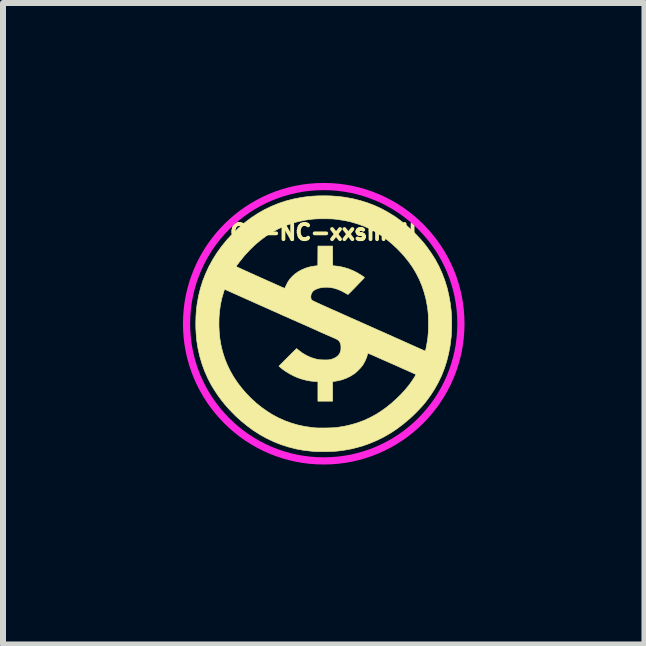
<source format=kicad_pcb>
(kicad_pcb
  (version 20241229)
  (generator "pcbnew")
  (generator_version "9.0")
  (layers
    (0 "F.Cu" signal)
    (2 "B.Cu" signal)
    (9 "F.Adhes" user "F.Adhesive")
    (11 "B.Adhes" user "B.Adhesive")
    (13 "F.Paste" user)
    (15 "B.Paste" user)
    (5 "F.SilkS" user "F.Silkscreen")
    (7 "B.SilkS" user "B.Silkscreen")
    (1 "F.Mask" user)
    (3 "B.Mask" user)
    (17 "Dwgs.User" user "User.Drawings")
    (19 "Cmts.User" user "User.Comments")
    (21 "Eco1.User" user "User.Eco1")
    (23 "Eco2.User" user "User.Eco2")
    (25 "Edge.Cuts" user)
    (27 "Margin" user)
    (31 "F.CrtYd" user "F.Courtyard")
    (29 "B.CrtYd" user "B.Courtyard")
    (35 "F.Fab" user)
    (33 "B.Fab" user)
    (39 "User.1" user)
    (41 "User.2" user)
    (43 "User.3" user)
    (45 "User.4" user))
  (footprint "CC-NC-xxsmall"
    (layer "F.Cu")
    (at 2.347 2.347)
    (property "Reference" "CC-NC-xxsmall" (at -0.00017 -1.524 0) (layer "F.SilkS") (effects (font (size 0.254 0.254) (thickness 0.064))))
    (attr through_hole)
    (fp_poly (pts (xy 0.116 -2.131) (xy 0.219 -2.124) (xy 0.318 -2.113) (xy 0.353 -2.108) (xy 0.485 -2.084) (xy 0.613 -2.052) (xy 0.737 -2.013) (xy 0.858 -1.966) (xy 0.975 -1.911) (xy 1.088 -1.848) (xy 1.198 -1.779) (xy 1.268 -1.728) (xy 1.34 -1.672) (xy 1.412 -1.61) (xy 1.483 -1.544) (xy 1.552 -1.475) (xy 1.618 -1.404) (xy 1.678 -1.334) (xy 1.721 -1.278) (xy 1.796 -1.172) (xy 1.864 -1.063) (xy 1.923 -0.952) (xy 1.975 -0.837) (xy 2.019 -0.72) (xy 2.057 -0.598) (xy 2.086 -0.473) (xy 2.109 -0.344) (xy 2.125 -0.21) (xy 2.13 -0.148) (xy 2.131 -0.113) (xy 2.132 -0.072) (xy 2.133 -0.026) (xy 2.133 0.022) (xy 2.132 0.072) (xy 2.13 0.12) (xy 2.128 0.166) (xy 2.126 0.206) (xy 2.123 0.237) (xy 2.106 0.371) (xy 2.081 0.5) (xy 2.05 0.625) (xy 2.011 0.746) (xy 1.965 0.863) (xy 1.911 0.976) (xy 1.85 1.086) (xy 1.781 1.193) (xy 1.705 1.297) (xy 1.663 1.348) (xy 1.641 1.374) (xy 1.613 1.404) (xy 1.582 1.437) (xy 1.549 1.471) (xy 1.515 1.505) (xy 1.482 1.537) (xy 1.45 1.567) (xy 1.433 1.582) (xy 1.327 1.671) (xy 1.219 1.753) (xy 1.108 1.826) (xy 0.993 1.892) (xy 0.876 1.949) (xy 0.756 1.999) (xy 0.632 2.042) (xy 0.504 2.076) (xy 0.469 2.085) (xy 0.431 2.092) (xy 0.388 2.1) (xy 0.341 2.108) (xy 0.292 2.115) (xy 0.245 2.121) (xy 0.223 2.123) (xy 0.206 2.125) (xy 0.182 2.126) (xy 0.153 2.128) (xy 0.12 2.129) (xy 0.084 2.13) (xy 0.047 2.131) (xy 0.01 2.132) (xy -0.026 2.132) (xy -0.058 2.132) (xy -0.088 2.132) (xy -0.111 2.132) (xy -0.128 2.131) (xy -0.133 2.131) (xy -0.144 2.13) (xy -0.161 2.129) (xy -0.182 2.127) (xy -0.204 2.125) (xy -0.205 2.125) (xy -0.334 2.11) (xy -0.461 2.087) (xy -0.586 2.055) (xy -0.709 2.016) (xy -0.83 1.968) (xy -0.947 1.913) (xy -1.062 1.85) (xy -1.069 1.845) (xy -1.173 1.779) (xy -1.274 1.704) (xy -1.374 1.623) (xy -1.47 1.536) (xy -1.561 1.443) (xy -1.648 1.346) (xy -1.704 1.276) (xy -1.724 1.249) (xy -1.748 1.217) (xy -1.773 1.181) (xy -1.798 1.143) (xy -1.823 1.105) (xy -1.845 1.069) (xy -1.865 1.037) (xy -1.874 1.022) (xy -1.933 0.909) (xy -1.985 0.791) (xy -2.029 0.67) (xy -2.066 0.546) (xy -2.095 0.418) (xy -2.116 0.288) (xy -2.117 0.282) (xy -2.126 0.183) (xy -2.132 0.081) (xy -2.133 0.025) (xy -1.747 0.025) (xy -1.747 0.042) (xy -1.742 0.142) (xy -1.733 0.237) (xy -1.719 0.328) (xy -1.699 0.418) (xy -1.674 0.508) (xy -1.645 0.595) (xy -1.604 0.695) (xy -1.555 0.794) (xy -1.499 0.891) (xy -1.436 0.985) (xy -1.366 1.076) (xy -1.291 1.163) (xy -1.209 1.247) (xy -1.123 1.325) (xy -1.032 1.398) (xy -0.936 1.465) (xy -0.861 1.513) (xy -0.76 1.567) (xy -0.656 1.614) (xy -0.547 1.654) (xy -0.435 1.687) (xy -0.321 1.712) (xy -0.204 1.729) (xy -0.186 1.731) (xy -0.166 1.733) (xy -0.148 1.735) (xy -0.132 1.736) (xy -0.117 1.737) (xy -0.101 1.738) (xy -0.082 1.738) (xy -0.06 1.738) (xy -0.034 1.738) (xy -0.001 1.738) (xy 0.032 1.738) (xy 0.075 1.737) (xy 0.111 1.736) (xy 0.141 1.735) (xy 0.167 1.734) (xy 0.191 1.732) (xy 0.213 1.73) (xy 0.233 1.727) (xy 0.35 1.708) (xy 0.462 1.682) (xy 0.57 1.65) (xy 0.674 1.611) (xy 0.775 1.564) (xy 0.873 1.511) (xy 0.961 1.455) (xy 1.044 1.395) (xy 1.126 1.329) (xy 1.206 1.258) (xy 1.282 1.184) (xy 1.353 1.107) (xy 1.415 1.032) (xy 1.431 1.011) (xy 1.447 0.989) (xy 1.464 0.965) (xy 1.481 0.94) (xy 1.496 0.917) (xy 1.51 0.895) (xy 1.522 0.876) (xy 1.531 0.86) (xy 1.536 0.85) (xy 1.536 0.845) (xy 1.536 0.845) (xy 1.532 0.843) (xy 1.521 0.838) (xy 1.503 0.83) (xy 1.479 0.819) (xy 1.45 0.806) (xy 1.417 0.791) (xy 1.379 0.774) (xy 1.338 0.756) (xy 1.295 0.737) (xy 1.249 0.716) (xy 1.202 0.695) (xy 1.154 0.674) (xy 1.106 0.653) (xy 1.058 0.631) (xy 1.011 0.611) (xy 0.966 0.591) (xy 0.923 0.572) (xy 0.883 0.554) (xy 0.847 0.538) (xy 0.815 0.524) (xy 0.787 0.512) (xy 0.765 0.503) (xy 0.749 0.496) (xy 0.74 0.492) (xy 0.738 0.491) (xy 0.734 0.495) (xy 0.731 0.504) (xy 0.73 0.507) (xy 0.723 0.536) (xy 0.711 0.57) (xy 0.696 0.606) (xy 0.678 0.642) (xy 0.659 0.676) (xy 0.652 0.688) (xy 0.637 0.707) (xy 0.618 0.731) (xy 0.595 0.755) (xy 0.571 0.78) (xy 0.546 0.803) (xy 0.524 0.823) (xy 0.508 0.835) (xy 0.442 0.876) (xy 0.373 0.909) (xy 0.302 0.935) (xy 0.228 0.952) (xy 0.212 0.955) (xy 0.192 0.958) (xy 0.175 0.961) (xy 0.163 0.963) (xy 0.158 0.963) (xy 0.148 0.965) (xy 0.148 1.291) (xy -0.097 1.291) (xy -0.097 0.966) (xy -0.117 0.964) (xy -0.134 0.962) (xy -0.153 0.961) (xy -0.158 0.961) (xy -0.186 0.959) (xy -0.22 0.955) (xy -0.258 0.949) (xy -0.298 0.94) (xy -0.338 0.93) (xy -0.377 0.919) (xy -0.387 0.916) (xy -0.447 0.894) (xy -0.509 0.866) (xy -0.57 0.833) (xy -0.63 0.797) (xy -0.685 0.759) (xy -0.73 0.722) (xy -0.747 0.707) (xy -0.601 0.561) (xy -0.572 0.532) (xy -0.545 0.505) (xy -0.52 0.48) (xy -0.499 0.459) (xy -0.48 0.441) (xy -0.466 0.427) (xy -0.457 0.418) (xy -0.453 0.415) (xy -0.453 0.415) (xy -0.449 0.417) (xy -0.44 0.424) (xy -0.428 0.434) (xy -0.417 0.443) (xy -0.355 0.49) (xy -0.288 0.529) (xy -0.218 0.561) (xy -0.145 0.585) (xy -0.109 0.593) (xy -0.09 0.597) (xy -0.072 0.6) (xy -0.052 0.601) (xy -0.029 0.602) (xy -0.000239 0.603) (xy 0.013 0.603) (xy 0.042 0.603) (xy 0.064 0.603) (xy 0.081 0.602) (xy 0.095 0.6) (xy 0.107 0.598) (xy 0.12 0.595) (xy 0.124 0.594) (xy 0.169 0.578) (xy 0.207 0.558) (xy 0.237 0.534) (xy 0.259 0.507) (xy 0.266 0.496) (xy 0.277 0.469) (xy 0.285 0.441) (xy 0.287 0.41) (xy 0.287 0.385) (xy 0.286 0.363) (xy 0.283 0.347) (xy 0.279 0.332) (xy 0.274 0.319) (xy 0.267 0.306) (xy 0.261 0.295) (xy 0.253 0.285) (xy 0.243 0.276) (xy 0.231 0.267) (xy 0.214 0.257) (xy 0.193 0.247) (xy 0.165 0.235) (xy 0.132 0.22) (xy 0.118 0.214) (xy 0.083 0.199) (xy 0.042 0.181) (xy -0.001 0.162) (xy -0.044 0.143) (xy -0.085 0.125) (xy -0.114 0.111) (xy -0.145 0.097) (xy -0.182 0.081) (xy -0.223 0.062) (xy -0.267 0.043) (xy -0.313 0.022) (xy -0.359 0.002) (xy -0.402 -0.017) (xy -0.419 -0.024) (xy -0.446 -0.036) (xy -0.48 -0.052) (xy -0.521 -0.069) (xy -0.567 -0.09) (xy -0.618 -0.113) (xy -0.674 -0.137) (xy -0.733 -0.164) (xy -0.795 -0.192) (xy -0.86 -0.22) (xy -0.926 -0.25) (xy -0.993 -0.28) (xy -1.061 -0.31) (xy -1.128 -0.34) (xy -1.128 -0.34) (xy -1.653 -0.575) (xy -1.669 -0.527) (xy -1.699 -0.424) (xy -1.722 -0.317) (xy -1.737 -0.208) (xy -1.746 -0.094) (xy -1.747 0.025) (xy -2.133 0.025) (xy -2.133 -0.024) (xy -2.13 -0.128) (xy -2.123 -0.23) (xy -2.111 -0.326) (xy -2.11 -0.33) (xy -2.087 -0.462) (xy -2.055 -0.59) (xy -2.016 -0.715) (xy -1.968 -0.836) (xy -1.914 -0.954) (xy -1.46 -0.954) (xy -1.457 -0.952) (xy -1.446 -0.947) (xy -1.428 -0.938) (xy -1.405 -0.928) (xy -1.376 -0.914) (xy -1.343 -0.899) (xy -1.306 -0.882) (xy -1.265 -0.864) (xy -1.222 -0.844) (xy -1.176 -0.824) (xy -1.129 -0.802) (xy -1.081 -0.781) (xy -1.033 -0.759) (xy -0.985 -0.738) (xy -0.937 -0.716) (xy -0.892 -0.696) (xy -0.848 -0.677) (xy -0.807 -0.658) (xy -0.77 -0.642) (xy -0.737 -0.627) (xy -0.708 -0.614) (xy -0.684 -0.604) (xy -0.667 -0.597) (xy -0.656 -0.592) (xy -0.652 -0.591) (xy -0.648 -0.594) (xy -0.643 -0.604) (xy -0.636 -0.619) (xy -0.631 -0.63) (xy -0.603 -0.687) (xy -0.568 -0.74) (xy -0.525 -0.788) (xy -0.476 -0.832) (xy -0.421 -0.87) (xy -0.36 -0.903) (xy -0.36 -0.903) (xy -0.29 -0.931) (xy -0.218 -0.951) (xy -0.144 -0.963) (xy -0.135 -0.964) (xy -0.099 -0.967) (xy -0.097 -1.295) (xy 0.148 -1.295) (xy 0.149 -1.131) (xy 0.15 -0.967) (xy 0.165 -0.966) (xy 0.251 -0.957) (xy 0.334 -0.939) (xy 0.414 -0.915) (xy 0.494 -0.882) (xy 0.519 -0.87) (xy 0.538 -0.86) (xy 0.561 -0.848) (xy 0.584 -0.834) (xy 0.607 -0.82) (xy 0.629 -0.807) (xy 0.648 -0.794) (xy 0.664 -0.783) (xy 0.674 -0.775) (xy 0.679 -0.77) (xy 0.679 -0.77) (xy 0.676 -0.766) (xy 0.668 -0.758) (xy 0.656 -0.744) (xy 0.64 -0.727) (xy 0.62 -0.707) (xy 0.598 -0.684) (xy 0.575 -0.66) (xy 0.551 -0.635) (xy 0.526 -0.609) (xy 0.502 -0.584) (xy 0.479 -0.561) (xy 0.458 -0.539) (xy 0.439 -0.521) (xy 0.424 -0.506) (xy 0.413 -0.495) (xy 0.407 -0.488) (xy 0.406 -0.488) (xy 0.401 -0.489) (xy 0.391 -0.494) (xy 0.376 -0.502) (xy 0.36 -0.512) (xy 0.297 -0.546) (xy 0.234 -0.573) (xy 0.17 -0.593) (xy 0.107 -0.605) (xy 0.046 -0.609) (xy -0.015 -0.606) (xy -0.073 -0.595) (xy -0.096 -0.588) (xy -0.131 -0.574) (xy -0.159 -0.559) (xy -0.18 -0.541) (xy -0.189 -0.53) (xy -0.203 -0.507) (xy -0.212 -0.481) (xy -0.216 -0.454) (xy -0.214 -0.429) (xy -0.208 -0.407) (xy -0.206 -0.405) (xy -0.204 -0.4) (xy -0.201 -0.396) (xy -0.196 -0.392) (xy -0.19 -0.388) (xy -0.181 -0.383) (xy -0.168 -0.376) (xy -0.151 -0.368) (xy -0.129 -0.358) (xy -0.102 -0.345) (xy -0.068 -0.33) (xy -0.034 -0.314) (xy -0.009 -0.303) (xy 0.022 -0.289) (xy 0.061 -0.272) (xy 0.104 -0.252) (xy 0.153 -0.23) (xy 0.207 -0.207) (xy 0.264 -0.181) (xy 0.324 -0.154) (xy 0.387 -0.126) (xy 0.451 -0.097) (xy 0.517 -0.068) (xy 0.583 -0.039) (xy 0.641 -0.013) (xy 0.71 0.018) (xy 0.78 0.049) (xy 0.851 0.081) (xy 0.923 0.113) (xy 0.994 0.144) (xy 1.063 0.175) (xy 1.13 0.205) (xy 1.194 0.234) (xy 1.254 0.26) (xy 1.309 0.285) (xy 1.358 0.307) (xy 1.401 0.326) (xy 1.422 0.336) (xy 1.467 0.356) (xy 1.51 0.375) (xy 1.55 0.393) (xy 1.586 0.409) (xy 1.618 0.423) (xy 1.645 0.435) (xy 1.667 0.445) (xy 1.683 0.452) (xy 1.692 0.456) (xy 1.694 0.457) (xy 1.695 0.453) (xy 1.698 0.442) (xy 1.702 0.426) (xy 1.706 0.405) (xy 1.71 0.388) (xy 1.72 0.334) (xy 1.728 0.285) (xy 1.735 0.239) (xy 1.739 0.194) (xy 1.743 0.149) (xy 1.745 0.102) (xy 1.746 0.049) (xy 1.746 0.002) (xy 1.746 -0.047) (xy 1.745 -0.09) (xy 1.744 -0.127) (xy 1.742 -0.162) (xy 1.739 -0.196) (xy 1.735 -0.231) (xy 1.73 -0.269) (xy 1.727 -0.292) (xy 1.705 -0.408) (xy 1.675 -0.522) (xy 1.638 -0.633) (xy 1.593 -0.74) (xy 1.54 -0.844) (xy 1.48 -0.944) (xy 1.412 -1.04) (xy 1.337 -1.132) (xy 1.316 -1.156) (xy 1.229 -1.247) (xy 1.14 -1.33) (xy 1.05 -1.405) (xy 0.957 -1.472) (xy 0.863 -1.532) (xy 0.765 -1.584) (xy 0.664 -1.629) (xy 0.56 -1.666) (xy 0.452 -1.698) (xy 0.339 -1.722) (xy 0.221 -1.74) (xy 0.178 -1.745) (xy 0.156 -1.747) (xy 0.127 -1.748) (xy 0.093 -1.749) (xy 0.054 -1.75) (xy 0.013 -1.75) (xy -0.002 -1.75) (xy -0.055 -1.75) (xy -0.101 -1.749) (xy -0.143 -1.747) (xy -0.182 -1.744) (xy -0.222 -1.739) (xy -0.263 -1.734) (xy -0.307 -1.727) (xy -0.318 -1.725) (xy -0.432 -1.701) (xy -0.543 -1.669) (xy -0.652 -1.63) (xy -0.757 -1.582) (xy -0.859 -1.527) (xy -0.959 -1.464) (xy -1.054 -1.393) (xy -1.147 -1.315) (xy -1.235 -1.229) (xy -1.321 -1.136) (xy -1.402 -1.035) (xy -1.419 -1.013) (xy -1.433 -0.994) (xy -1.445 -0.978) (xy -1.454 -0.965) (xy -1.459 -0.956) (xy -1.46 -0.954) (xy -1.914 -0.954) (xy -1.913 -0.955) (xy -1.85 -1.07) (xy -1.78 -1.182) (xy -1.701 -1.291) (xy -1.615 -1.397) (xy -1.521 -1.499) (xy -1.517 -1.503) (xy -1.418 -1.598) (xy -1.317 -1.685) (xy -1.212 -1.764) (xy -1.103 -1.836) (xy -0.991 -1.9) (xy -0.875 -1.956) (xy -0.756 -2.005) (xy -0.633 -2.046) (xy -0.507 -2.079) (xy -0.377 -2.104) (xy -0.294 -2.116) (xy -0.196 -2.126) (xy -0.094 -2.132) (xy 0.011 -2.133) (xy 0.116 -2.131)) (stroke (width 0.01) (type solid)) (fill yes) (layer "F.SilkS"))
    (fp_circle (center 0 0) (end 2.287 0) (stroke (width 0.12) (type solid)) (fill no) (layer "F.CrtYd")))
  (gr_rect
    (start -3 -3)
    (end 7.694 7.694)
    (stroke (width 0.1) (type default))
    (fill no)
    (layer "Edge.Cuts")))
</source>
